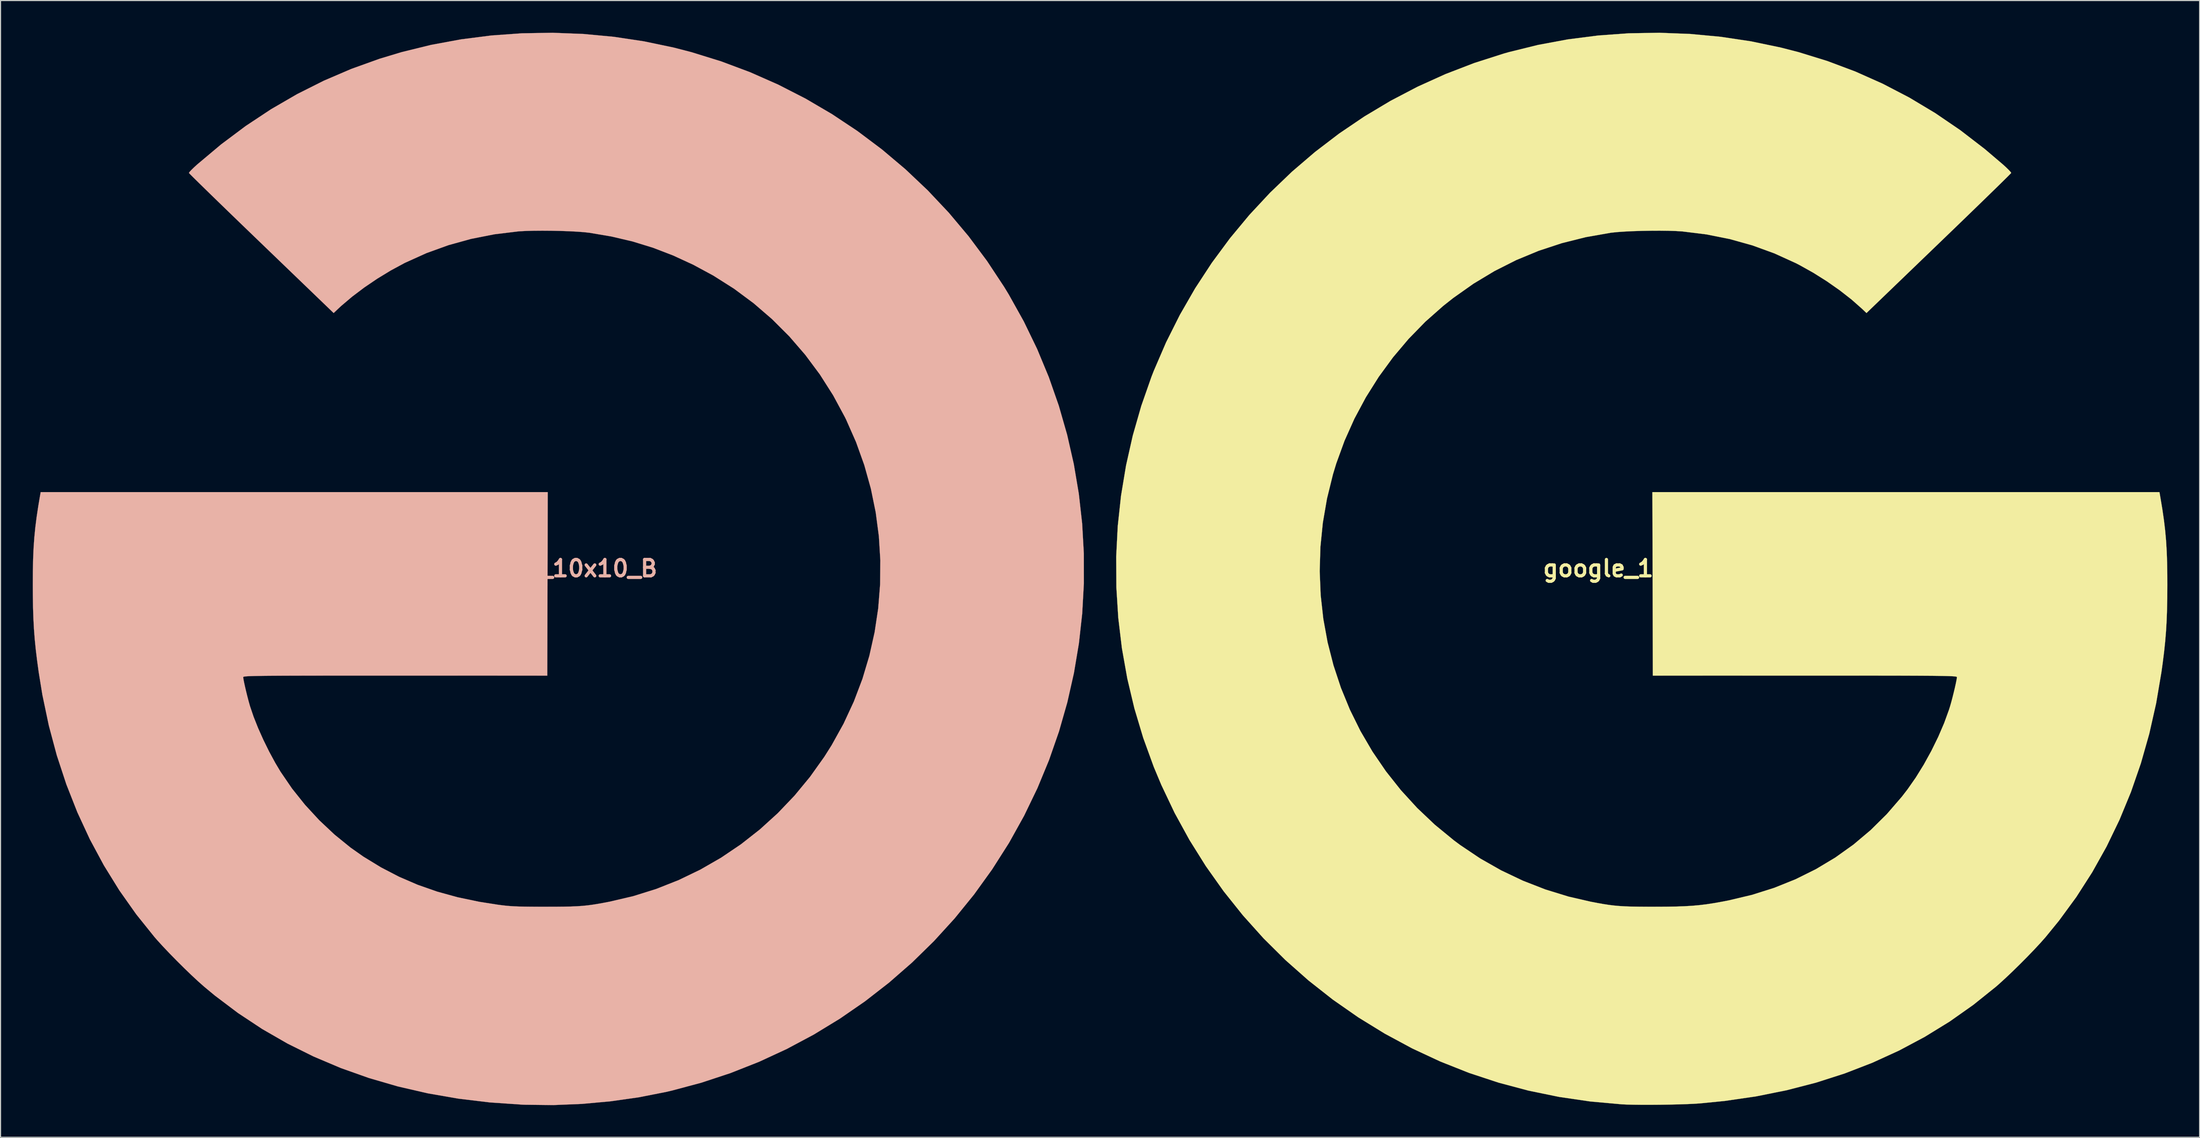
<source format=kicad_pcb>
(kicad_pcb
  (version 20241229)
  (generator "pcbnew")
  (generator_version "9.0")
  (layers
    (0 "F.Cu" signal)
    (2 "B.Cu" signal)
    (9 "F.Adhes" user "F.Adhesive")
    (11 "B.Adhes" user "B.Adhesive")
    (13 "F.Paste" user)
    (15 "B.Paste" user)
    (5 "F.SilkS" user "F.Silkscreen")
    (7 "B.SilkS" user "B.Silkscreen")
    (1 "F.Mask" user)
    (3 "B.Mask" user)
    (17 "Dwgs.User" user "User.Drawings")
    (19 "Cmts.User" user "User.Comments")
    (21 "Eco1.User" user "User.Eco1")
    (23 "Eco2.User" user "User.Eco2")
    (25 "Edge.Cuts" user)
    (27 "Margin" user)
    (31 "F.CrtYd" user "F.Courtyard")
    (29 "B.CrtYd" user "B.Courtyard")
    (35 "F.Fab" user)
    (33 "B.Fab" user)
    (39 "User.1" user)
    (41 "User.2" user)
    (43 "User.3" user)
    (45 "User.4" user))
  (footprint "google_10x10_B"
    (layer "F.Cu")
    (at 48.896 49.935)
    (property "Reference" "google_10x10_B" (at 0 0 0) (layer "B.SilkS") (effects (font (size 1.524 1.524) (thickness 0.3))))
    (attr through_hole)
    (fp_poly (pts (xy 2.382 -49.82) (xy 5.22 -49.555) (xy 8.026 -49.133) (xy 10.79 -48.554) (xy 12.446 -48.125) (xy 15.21 -47.268) (xy 17.908 -46.258) (xy 20.533 -45.098) (xy 23.082 -43.793) (xy 25.546 -42.347) (xy 27.922 -40.765) (xy 30.203 -39.051) (xy 32.384 -37.209) (xy 34.458 -35.244) (xy 36.421 -33.16) (xy 38.266 -30.962) (xy 39.987 -28.653) (xy 41.58 -26.239) (xy 42.012 -25.527) (xy 43.409 -23.022) (xy 44.65 -20.456) (xy 45.736 -17.837) (xy 46.668 -15.17) (xy 47.444 -12.464) (xy 48.066 -9.726) (xy 48.532 -6.962) (xy 48.844 -4.18) (xy 49 -1.387) (xy 49.002 1.409) (xy 48.849 4.202) (xy 48.541 6.984) (xy 48.078 9.748) (xy 47.46 12.487) (xy 46.687 15.194) (xy 45.759 17.862) (xy 44.676 20.483) (xy 43.438 23.05) (xy 42.046 25.556) (xy 42.012 25.612) (xy 40.458 28.055) (xy 38.775 30.393) (xy 36.968 32.621) (xy 35.042 34.735) (xy 33.005 36.731) (xy 30.861 38.604) (xy 28.617 40.351) (xy 26.277 41.967) (xy 23.848 43.449) (xy 21.336 44.791) (xy 18.746 45.99) (xy 16.083 47.042) (xy 13.355 47.943) (xy 10.566 48.687) (xy 10.075 48.801) (xy 7.537 49.299) (xy 4.92 49.671) (xy 2.261 49.913) (xy -0.402 50.021) (xy -3.033 49.992) (xy -3.302 49.982) (xy -6.314 49.776) (xy -9.251 49.424) (xy -12.111 48.926) (xy -14.891 48.284) (xy -17.59 47.498) (xy -20.205 46.569) (xy -22.734 45.498) (xy -25.174 44.286) (xy -27.523 42.933) (xy -29.778 41.441) (xy -31.938 39.81) (xy -32.935 38.983) (xy -33.482 38.498) (xy -34.107 37.917) (xy -34.778 37.27) (xy -35.463 36.59) (xy -36.132 35.907) (xy -36.753 35.253) (xy -37.293 34.661) (xy -37.543 34.375) (xy -39.253 32.244) (xy -40.83 30.01) (xy -42.271 27.678) (xy -43.576 25.25) (xy -44.742 22.73) (xy -45.769 20.12) (xy -46.655 17.425) (xy -47.398 14.646) (xy -47.998 11.788) (xy -48.343 9.66) (xy -48.493 8.559) (xy -48.615 7.548) (xy -48.711 6.589) (xy -48.783 5.645) (xy -48.835 4.676) (xy -48.869 3.644) (xy -48.886 2.512) (xy -48.891 1.524) (xy -48.885 0.263) (xy -48.862 -0.865) (xy -48.818 -1.899) (xy -48.75 -2.873) (xy -48.657 -3.824) (xy -48.535 -4.79) (xy -48.381 -5.807) (xy -48.255 -6.556) (xy -48.158 -7.112) (xy -0.931 -7.112) (xy -0.952 1.44) (xy -0.974 9.993) (xy -15.134 9.991) (xy -16.95 9.991) (xy -18.604 9.991) (xy -20.104 9.991) (xy -21.456 9.992) (xy -22.67 9.993) (xy -23.752 9.995) (xy -24.71 9.997) (xy -25.551 10) (xy -26.283 10.004) (xy -26.913 10.008) (xy -27.45 10.013) (xy -27.899 10.02) (xy -28.27 10.027) (xy -28.569 10.036) (xy -28.805 10.045) (xy -28.983 10.056) (xy -29.113 10.069) (xy -29.202 10.083) (xy -29.256 10.098) (xy -29.284 10.115) (xy -29.294 10.134) (xy -29.294 10.138) (xy -29.273 10.311) (xy -29.215 10.612) (xy -29.13 11.003) (xy -29.026 11.45) (xy -28.911 11.916) (xy -28.794 12.364) (xy -28.683 12.759) (xy -28.654 12.857) (xy -28.326 13.825) (xy -27.908 14.878) (xy -27.419 15.973) (xy -26.881 17.068) (xy -26.312 18.119) (xy -25.82 18.945) (xy -24.748 20.517) (xy -23.537 22.034) (xy -22.211 23.472) (xy -20.79 24.808) (xy -19.299 26.02) (xy -18.095 26.868) (xy -16.458 27.867) (xy -14.781 28.739) (xy -13.044 29.489) (xy -11.232 30.124) (xy -9.325 30.65) (xy -7.308 31.073) (xy -5.586 31.344) (xy -5.188 31.396) (xy -4.818 31.438) (xy -4.451 31.47) (xy -4.063 31.495) (xy -3.627 31.512) (xy -3.117 31.524) (xy -2.508 31.531) (xy -1.774 31.535) (xy -1.143 31.535) (xy -0.228 31.534) (xy 0.546 31.527) (xy 1.208 31.513) (xy 1.785 31.489) (xy 2.306 31.454) (xy 2.8 31.404) (xy 3.294 31.337) (xy 3.816 31.252) (xy 4.396 31.146) (xy 4.826 31.063) (xy 7.03 30.548) (xy 9.178 29.875) (xy 11.262 29.05) (xy 13.277 28.078) (xy 15.214 26.963) (xy 17.067 25.711) (xy 18.829 24.327) (xy 20.492 22.815) (xy 22.051 21.181) (xy 23.497 19.429) (xy 24.824 17.565) (xy 25.513 16.473) (xy 26.623 14.47) (xy 27.579 12.407) (xy 28.38 10.292) (xy 29.025 8.134) (xy 29.514 5.941) (xy 29.848 3.722) (xy 30.025 1.487) (xy 30.046 -0.756) (xy 29.909 -2.998) (xy 29.615 -5.23) (xy 29.163 -7.443) (xy 28.553 -9.628) (xy 27.784 -11.777) (xy 26.856 -13.881) (xy 26.75 -14.097) (xy 25.649 -16.139) (xy 24.415 -18.079) (xy 23.053 -19.911) (xy 21.568 -21.631) (xy 19.964 -23.235) (xy 18.247 -24.717) (xy 16.42 -26.074) (xy 14.488 -27.299) (xy 12.615 -28.311) (xy 10.745 -29.173) (xy 8.877 -29.891) (xy 6.976 -30.476) (xy 5.009 -30.939) (xy 2.959 -31.287) (xy 2.446 -31.344) (xy 1.8 -31.392) (xy 1.054 -31.43) (xy 0.244 -31.459) (xy -0.594 -31.477) (xy -1.428 -31.483) (xy -2.22 -31.477) (xy -2.936 -31.458) (xy -3.542 -31.426) (xy -3.66 -31.417) (xy -5.89 -31.147) (xy -8.063 -30.719) (xy -10.176 -30.134) (xy -12.227 -29.392) (xy -14.213 -28.494) (xy -14.282 -28.46) (xy -15.545 -27.778) (xy -16.803 -27.012) (xy -18.018 -26.188) (xy -19.153 -25.33) (xy -20.17 -24.466) (xy -20.447 -24.209) (xy -20.87 -23.806) (xy -27.601 -30.29) (xy -28.497 -31.154) (xy -29.358 -31.985) (xy -30.177 -32.777) (xy -30.946 -33.522) (xy -31.656 -34.211) (xy -32.3 -34.838) (xy -32.871 -35.395) (xy -33.36 -35.874) (xy -33.76 -36.268) (xy -34.063 -36.569) (xy -34.261 -36.769) (xy -34.346 -36.861) (xy -34.348 -36.866) (xy -34.295 -36.954) (xy -34.136 -37.128) (xy -33.898 -37.362) (xy -33.603 -37.633) (xy -33.586 -37.648) (xy -31.355 -39.523) (xy -29.061 -41.241) (xy -26.702 -42.803) (xy -24.278 -44.21) (xy -21.787 -45.462) (xy -19.227 -46.561) (xy -16.595 -47.507) (xy -14.533 -48.129) (xy -11.793 -48.802) (xy -9.003 -49.318) (xy -6.178 -49.679) (xy -3.329 -49.882) (xy -0.472 -49.93) (xy 2.382 -49.82)) (stroke (width 0.01) (type solid)) (fill yes) (layer "B.SilkS")))
  (footprint "google_10x10_F"
    (layer "F.Cu")
    (at 149.834 49.935)
    (property "Reference" "google_10x10_F" (at 0 0 0) (layer "F.SilkS") (effects (font (size 1.524 1.524) (thickness 0.3))))
    (attr through_hole)
    (fp_poly (pts (xy 4.529 -49.821) (xy 7.37 -49.556) (xy 10.183 -49.135) (xy 12.955 -48.557) (xy 14.618 -48.129) (xy 17.304 -47.299) (xy 19.919 -46.317) (xy 22.463 -45.182) (xy 24.939 -43.893) (xy 27.347 -42.45) (xy 29.69 -40.852) (xy 31.969 -39.097) (xy 33.671 -37.648) (xy 33.968 -37.376) (xy 34.21 -37.139) (xy 34.373 -36.961) (xy 34.433 -36.868) (xy 34.433 -36.866) (xy 34.371 -36.796) (xy 34.195 -36.616) (xy 33.912 -36.335) (xy 33.531 -35.959) (xy 33.059 -35.496) (xy 32.503 -34.954) (xy 31.873 -34.34) (xy 31.175 -33.662) (xy 30.417 -32.928) (xy 29.608 -32.144) (xy 28.754 -31.32) (xy 27.864 -30.462) (xy 27.686 -30.29) (xy 20.955 -23.806) (xy 20.532 -24.209) (xy 19.558 -25.07) (xy 18.454 -25.932) (xy 17.259 -26.769) (xy 16.01 -27.556) (xy 14.745 -28.265) (xy 14.367 -28.46) (xy 12.383 -29.363) (xy 10.334 -30.11) (xy 8.223 -30.701) (xy 6.052 -31.135) (xy 3.825 -31.41) (xy 3.745 -31.417) (xy 3.17 -31.452) (xy 2.476 -31.474) (xy 1.698 -31.483) (xy 0.871 -31.479) (xy 0.03 -31.464) (xy -0.789 -31.438) (xy -1.553 -31.401) (xy -2.225 -31.355) (xy -2.771 -31.3) (xy -2.874 -31.287) (xy -5.179 -30.881) (xy -7.413 -30.321) (xy -9.578 -29.607) (xy -11.672 -28.739) (xy -13.696 -27.717) (xy -15.649 -26.541) (xy -17.531 -25.211) (xy -18.457 -24.479) (xy -20.127 -23.002) (xy -21.69 -21.398) (xy -23.141 -19.68) (xy -24.471 -17.86) (xy -25.672 -15.949) (xy -26.737 -13.959) (xy -27.657 -11.903) (xy -28.425 -9.792) (xy -28.737 -8.763) (xy -29.291 -6.513) (xy -29.679 -4.254) (xy -29.905 -1.996) (xy -29.971 0.255) (xy -29.88 2.49) (xy -29.634 4.703) (xy -29.236 6.885) (xy -28.688 9.029) (xy -27.994 11.128) (xy -27.156 13.172) (xy -26.176 15.156) (xy -25.057 17.071) (xy -23.802 18.91) (xy -22.413 20.664) (xy -20.893 22.327) (xy -19.245 23.891) (xy -17.471 25.347) (xy -16.89 25.78) (xy -15.031 27.029) (xy -13.08 28.139) (xy -11.049 29.106) (xy -8.951 29.924) (xy -6.798 30.587) (xy -4.741 31.063) (xy -4.108 31.184) (xy -3.55 31.283) (xy -3.041 31.362) (xy -2.55 31.422) (xy -2.051 31.467) (xy -1.514 31.499) (xy -0.911 31.519) (xy -0.215 31.53) (xy 0.604 31.535) (xy 1.228 31.535) (xy 2.277 31.531) (xy 3.188 31.516) (xy 3.992 31.488) (xy 4.722 31.445) (xy 5.407 31.383) (xy 6.08 31.3) (xy 6.771 31.194) (xy 7.512 31.061) (xy 8.126 30.942) (xy 10.288 30.428) (xy 12.363 29.772) (xy 14.348 28.973) (xy 16.242 28.033) (xy 18.041 26.955) (xy 19.744 25.739) (xy 21.347 24.387) (xy 22.848 22.901) (xy 24.245 21.283) (xy 24.776 20.596) (xy 25.544 19.496) (xy 26.291 18.287) (xy 26.995 17.009) (xy 27.635 15.704) (xy 28.19 14.412) (xy 28.639 13.174) (xy 28.739 12.857) (xy 28.846 12.483) (xy 28.962 12.046) (xy 29.078 11.582) (xy 29.187 11.126) (xy 29.278 10.715) (xy 29.344 10.385) (xy 29.377 10.172) (xy 29.379 10.138) (xy 29.373 10.119) (xy 29.35 10.102) (xy 29.302 10.086) (xy 29.223 10.072) (xy 29.104 10.059) (xy 28.938 10.048) (xy 28.717 10.038) (xy 28.434 10.029) (xy 28.081 10.021) (xy 27.652 10.015) (xy 27.137 10.009) (xy 26.53 10.005) (xy 25.824 10.001) (xy 25.01 9.998) (xy 24.081 9.995) (xy 23.03 9.994) (xy 21.849 9.992) (xy 20.531 9.992) (xy 19.067 9.991) (xy 17.452 9.991) (xy 15.676 9.991) (xy 15.219 9.991) (xy 1.058 9.993) (xy 1.037 1.44) (xy 1.015 -7.112) (xy 48.243 -7.112) (xy 48.339 -6.556) (xy 48.517 -5.483) (xy 48.661 -4.487) (xy 48.774 -3.529) (xy 48.859 -2.574) (xy 48.918 -1.586) (xy 48.956 -0.527) (xy 48.973 0.639) (xy 48.976 1.524) (xy 48.969 2.762) (xy 48.947 3.87) (xy 48.91 4.885) (xy 48.854 5.845) (xy 48.777 6.79) (xy 48.676 7.756) (xy 48.548 8.783) (xy 48.427 9.66) (xy 47.933 12.574) (xy 47.294 15.411) (xy 46.512 18.167) (xy 45.588 20.84) (xy 44.523 23.425) (xy 43.319 25.921) (xy 41.977 28.323) (xy 40.499 30.629) (xy 38.885 32.834) (xy 37.628 34.375) (xy 37.144 34.921) (xy 36.563 35.545) (xy 35.917 36.216) (xy 35.236 36.901) (xy 34.553 37.571) (xy 33.9 38.191) (xy 33.306 38.732) (xy 33.02 38.983) (xy 30.905 40.68) (xy 28.694 42.24) (xy 26.388 43.659) (xy 23.989 44.939) (xy 21.499 46.078) (xy 18.92 47.076) (xy 16.253 47.932) (xy 13.501 48.644) (xy 10.666 49.213) (xy 7.749 49.638) (xy 5.419 49.868) (xy 4.869 49.903) (xy 4.192 49.933) (xy 3.421 49.958) (xy 2.588 49.977) (xy 1.727 49.991) (xy 0.871 49.997) (xy 0.052 49.997) (xy -0.694 49.989) (xy -1.337 49.974) (xy -1.82 49.952) (xy -4.776 49.686) (xy -7.68 49.26) (xy -10.53 48.674) (xy -13.324 47.928) (xy -16.061 47.024) (xy -18.738 45.961) (xy -21.355 44.741) (xy -23.909 43.364) (xy -26.374 41.847) (xy -28.748 40.191) (xy -31.015 38.406) (xy -33.17 36.498) (xy -35.208 34.473) (xy -37.124 32.337) (xy -38.915 30.094) (xy -40.574 27.752) (xy -42.098 25.316) (xy -43.482 22.791) (xy -44.72 20.183) (xy -45.425 18.5) (xy -46.408 15.793) (xy -47.231 13.043) (xy -47.892 10.257) (xy -48.392 7.442) (xy -48.731 4.607) (xy -48.909 1.76) (xy -48.925 -1.093) (xy -48.78 -3.942) (xy -48.474 -6.78) (xy -48.007 -9.6) (xy -47.379 -12.392) (xy -46.589 -15.151) (xy -45.639 -17.866) (xy -45.425 -18.415) (xy -44.282 -21.066) (xy -42.996 -23.633) (xy -41.572 -26.109) (xy -40.014 -28.492) (xy -38.328 -30.775) (xy -36.519 -32.954) (xy -34.592 -35.024) (xy -32.553 -36.981) (xy -30.407 -38.82) (xy -28.159 -40.537) (xy -25.815 -42.125) (xy -23.379 -43.582) (xy -20.857 -44.902) (xy -18.254 -46.08) (xy -15.575 -47.112) (xy -12.826 -47.993) (xy -12.361 -48.125) (xy -9.631 -48.799) (xy -6.849 -49.316) (xy -4.029 -49.677) (xy -1.184 -49.882) (xy 1.674 -49.93) (xy 4.529 -49.821)) (stroke (width 0.01) (type solid)) (fill yes) (layer "F.SilkS")))
  (gr_rect
    (start -3 -3)
    (end 201.815 102.96)
    (stroke (width 0.1) (type default))
    (fill no)
    (layer "Edge.Cuts")))
</source>
